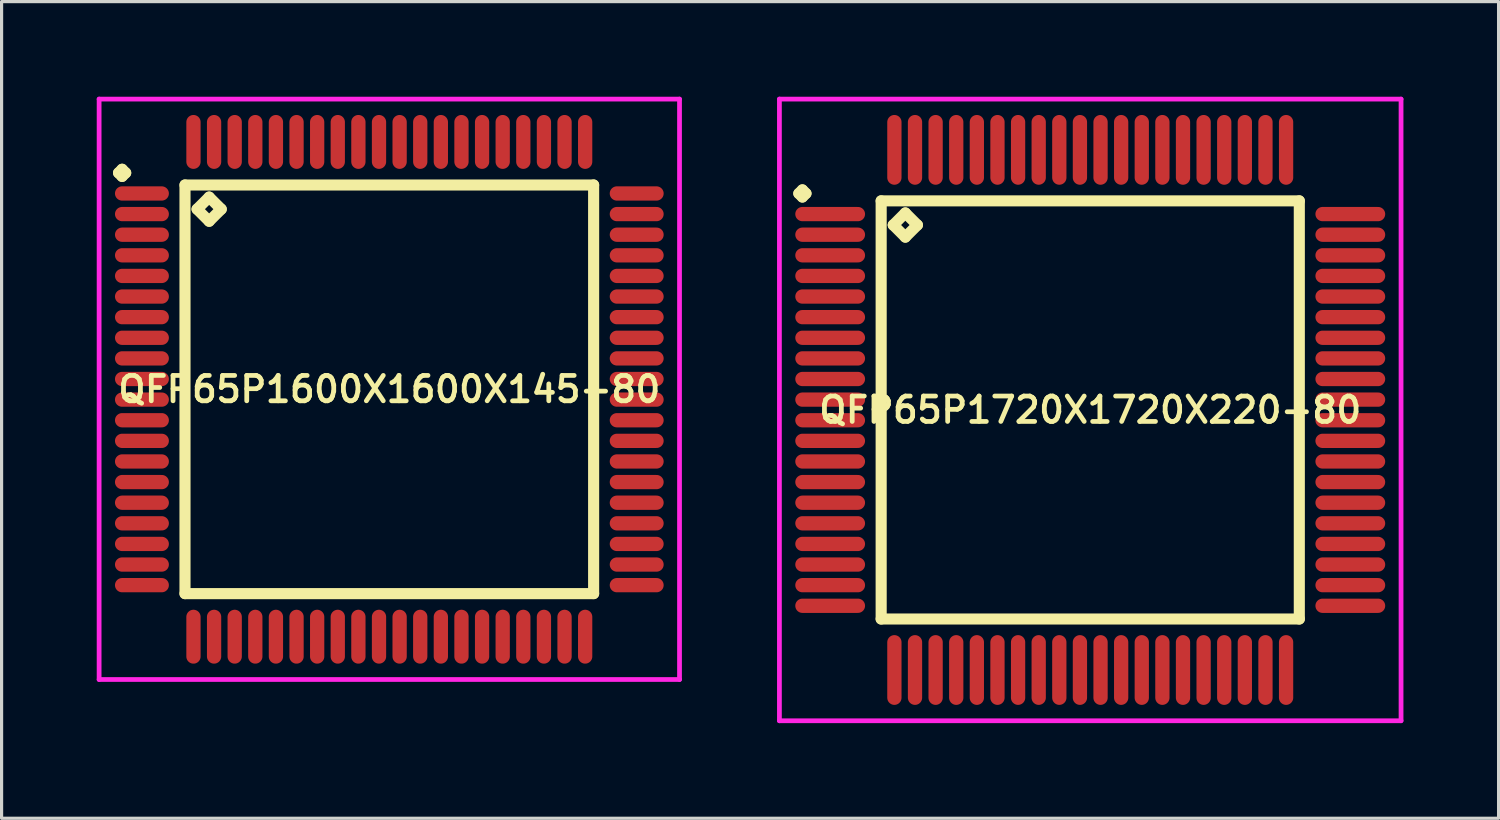
<source format=kicad_pcb>
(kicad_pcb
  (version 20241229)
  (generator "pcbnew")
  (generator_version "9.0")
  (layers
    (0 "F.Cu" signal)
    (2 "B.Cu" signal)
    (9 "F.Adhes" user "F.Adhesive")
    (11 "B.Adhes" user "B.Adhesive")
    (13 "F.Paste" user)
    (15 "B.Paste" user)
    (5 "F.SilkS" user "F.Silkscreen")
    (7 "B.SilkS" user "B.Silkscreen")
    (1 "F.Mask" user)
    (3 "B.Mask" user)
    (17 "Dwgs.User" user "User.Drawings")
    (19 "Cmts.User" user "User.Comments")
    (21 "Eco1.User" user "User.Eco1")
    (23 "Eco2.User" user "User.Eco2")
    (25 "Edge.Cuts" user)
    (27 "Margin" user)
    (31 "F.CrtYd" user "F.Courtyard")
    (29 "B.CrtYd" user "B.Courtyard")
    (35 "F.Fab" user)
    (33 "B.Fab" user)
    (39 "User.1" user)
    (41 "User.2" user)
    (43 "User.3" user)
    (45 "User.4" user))
  (footprint "QFP65P1720X1720X220-80"
    (layer "F.Cu")
    (at 31.325 9.875)
    (property "Reference" "QFP65P1720X1720X220-80" (at 0 0 0) (layer "F.SilkS") (effects (font (size 0.8 0.8) (thickness 0.15))))
    (attr smd)
    (fp_line (start -9.188 -6.825) (end -9.075 -6.938) (stroke (width 0.35) (type solid)) (layer "F.SilkS"))
    (fp_line (start -9.075 -6.938) (end -8.963 -6.825) (stroke (width 0.35) (type solid)) (layer "F.SilkS"))
    (fp_line (start -9.075 -6.713) (end -9.188 -6.825) (stroke (width 0.35) (type solid)) (layer "F.SilkS"))
    (fp_line (start -8.963 -6.825) (end -9.075 -6.713) (stroke (width 0.35) (type solid)) (layer "F.SilkS"))
    (fp_line (start -6.592 -6.592) (end -6.592 6.592) (stroke (width 0.35) (type solid)) (layer "F.SilkS"))
    (fp_line (start -6.592 6.592) (end 6.592 6.592) (stroke (width 0.35) (type solid)) (layer "F.SilkS"))
    (fp_line (start -6.211 -5.83) (end -5.83 -6.211) (stroke (width 0.35) (type solid)) (layer "F.SilkS"))
    (fp_line (start -5.83 -6.211) (end -5.449 -5.83) (stroke (width 0.35) (type solid)) (layer "F.SilkS"))
    (fp_line (start -5.83 -5.449) (end -6.211 -5.83) (stroke (width 0.35) (type solid)) (layer "F.SilkS"))
    (fp_line (start -5.449 -5.83) (end -5.83 -5.449) (stroke (width 0.35) (type solid)) (layer "F.SilkS"))
    (fp_line (start 6.592 -6.592) (end -6.592 -6.592) (stroke (width 0.35) (type solid)) (layer "F.SilkS"))
    (fp_line (start 6.592 6.592) (end 6.592 -6.592) (stroke (width 0.35) (type solid)) (layer "F.SilkS"))
    (fp_line (start -9.8 -9.8) (end 9.8 -9.8) (stroke (width 0.15) (type solid)) (layer "F.CrtYd"))
    (fp_line (start -9.8 9.8) (end -9.8 -9.8) (stroke (width 0.15) (type solid)) (layer "F.CrtYd"))
    (fp_line (start 9.8 -9.8) (end 9.8 9.8) (stroke (width 0.15) (type solid)) (layer "F.CrtYd"))
    (fp_line (start 9.8 9.8) (end -9.8 9.8) (stroke (width 0.15) (type solid)) (layer "F.CrtYd"))
    (pad "1" smd oval (at -8.2 -6.175) (size 2.2 0.45) (layers "F.Cu" "F.Mask" "F.Paste"))
    (pad "2" smd oval (at -8.2 -5.525) (size 2.2 0.45) (layers "F.Cu" "F.Mask" "F.Paste"))
    (pad "3" smd oval (at -8.2 -4.875) (size 2.2 0.45) (layers "F.Cu" "F.Mask" "F.Paste"))
    (pad "4" smd oval (at -8.2 -4.225) (size 2.2 0.45) (layers "F.Cu" "F.Mask" "F.Paste"))
    (pad "5" smd oval (at -8.2 -3.575) (size 2.2 0.45) (layers "F.Cu" "F.Mask" "F.Paste"))
    (pad "6" smd oval (at -8.2 -2.925) (size 2.2 0.45) (layers "F.Cu" "F.Mask" "F.Paste"))
    (pad "7" smd oval (at -8.2 -2.275) (size 2.2 0.45) (layers "F.Cu" "F.Mask" "F.Paste"))
    (pad "8" smd oval (at -8.2 -1.625) (size 2.2 0.45) (layers "F.Cu" "F.Mask" "F.Paste"))
    (pad "9" smd oval (at -8.2 -0.975) (size 2.2 0.45) (layers "F.Cu" "F.Mask" "F.Paste"))
    (pad "10" smd oval (at -8.2 -0.325) (size 2.2 0.45) (layers "F.Cu" "F.Mask" "F.Paste"))
    (pad "11" smd oval (at -8.2 0.325) (size 2.2 0.45) (layers "F.Cu" "F.Mask" "F.Paste"))
    (pad "12" smd oval (at -8.2 0.975) (size 2.2 0.45) (layers "F.Cu" "F.Mask" "F.Paste"))
    (pad "13" smd oval (at -8.2 1.625) (size 2.2 0.45) (layers "F.Cu" "F.Mask" "F.Paste"))
    (pad "14" smd oval (at -8.2 2.275) (size 2.2 0.45) (layers "F.Cu" "F.Mask" "F.Paste"))
    (pad "15" smd oval (at -8.2 2.925) (size 2.2 0.45) (layers "F.Cu" "F.Mask" "F.Paste"))
    (pad "16" smd oval (at -8.2 3.575) (size 2.2 0.45) (layers "F.Cu" "F.Mask" "F.Paste"))
    (pad "17" smd oval (at -8.2 4.225) (size 2.2 0.45) (layers "F.Cu" "F.Mask" "F.Paste"))
    (pad "18" smd oval (at -8.2 4.875) (size 2.2 0.45) (layers "F.Cu" "F.Mask" "F.Paste"))
    (pad "19" smd oval (at -8.2 5.525) (size 2.2 0.45) (layers "F.Cu" "F.Mask" "F.Paste"))
    (pad "20" smd oval (at -8.2 6.175) (size 2.2 0.45) (layers "F.Cu" "F.Mask" "F.Paste"))
    (pad "21" smd oval (at -6.175 8.2) (size 0.45 2.2) (layers "F.Cu" "F.Mask" "F.Paste"))
    (pad "22" smd oval (at -5.525 8.2) (size 0.45 2.2) (layers "F.Cu" "F.Mask" "F.Paste"))
    (pad "23" smd oval (at -4.875 8.2) (size 0.45 2.2) (layers "F.Cu" "F.Mask" "F.Paste"))
    (pad "24" smd oval (at -4.225 8.2) (size 0.45 2.2) (layers "F.Cu" "F.Mask" "F.Paste"))
    (pad "25" smd oval (at -3.575 8.2) (size 0.45 2.2) (layers "F.Cu" "F.Mask" "F.Paste"))
    (pad "26" smd oval (at -2.925 8.2) (size 0.45 2.2) (layers "F.Cu" "F.Mask" "F.Paste"))
    (pad "27" smd oval (at -2.275 8.2) (size 0.45 2.2) (layers "F.Cu" "F.Mask" "F.Paste"))
    (pad "28" smd oval (at -1.625 8.2) (size 0.45 2.2) (layers "F.Cu" "F.Mask" "F.Paste"))
    (pad "29" smd oval (at -0.975 8.2) (size 0.45 2.2) (layers "F.Cu" "F.Mask" "F.Paste"))
    (pad "30" smd oval (at -0.325 8.2) (size 0.45 2.2) (layers "F.Cu" "F.Mask" "F.Paste"))
    (pad "31" smd oval (at 0.325 8.2) (size 0.45 2.2) (layers "F.Cu" "F.Mask" "F.Paste"))
    (pad "32" smd oval (at 0.975 8.2) (size 0.45 2.2) (layers "F.Cu" "F.Mask" "F.Paste"))
    (pad "33" smd oval (at 1.625 8.2) (size 0.45 2.2) (layers "F.Cu" "F.Mask" "F.Paste"))
    (pad "34" smd oval (at 2.275 8.2) (size 0.45 2.2) (layers "F.Cu" "F.Mask" "F.Paste"))
    (pad "35" smd oval (at 2.925 8.2) (size 0.45 2.2) (layers "F.Cu" "F.Mask" "F.Paste"))
    (pad "36" smd oval (at 3.575 8.2) (size 0.45 2.2) (layers "F.Cu" "F.Mask" "F.Paste"))
    (pad "37" smd oval (at 4.225 8.2) (size 0.45 2.2) (layers "F.Cu" "F.Mask" "F.Paste"))
    (pad "38" smd oval (at 4.875 8.2) (size 0.45 2.2) (layers "F.Cu" "F.Mask" "F.Paste"))
    (pad "39" smd oval (at 5.525 8.2) (size 0.45 2.2) (layers "F.Cu" "F.Mask" "F.Paste"))
    (pad "40" smd oval (at 6.175 8.2) (size 0.45 2.2) (layers "F.Cu" "F.Mask" "F.Paste"))
    (pad "41" smd oval (at 8.2 6.175) (size 2.2 0.45) (layers "F.Cu" "F.Mask" "F.Paste"))
    (pad "42" smd oval (at 8.2 5.525) (size 2.2 0.45) (layers "F.Cu" "F.Mask" "F.Paste"))
    (pad "43" smd oval (at 8.2 4.875) (size 2.2 0.45) (layers "F.Cu" "F.Mask" "F.Paste"))
    (pad "44" smd oval (at 8.2 4.225) (size 2.2 0.45) (layers "F.Cu" "F.Mask" "F.Paste"))
    (pad "45" smd oval (at 8.2 3.575) (size 2.2 0.45) (layers "F.Cu" "F.Mask" "F.Paste"))
    (pad "46" smd oval (at 8.2 2.925) (size 2.2 0.45) (layers "F.Cu" "F.Mask" "F.Paste"))
    (pad "47" smd oval (at 8.2 2.275) (size 2.2 0.45) (layers "F.Cu" "F.Mask" "F.Paste"))
    (pad "48" smd oval (at 8.2 1.625) (size 2.2 0.45) (layers "F.Cu" "F.Mask" "F.Paste"))
    (pad "49" smd oval (at 8.2 0.975) (size 2.2 0.45) (layers "F.Cu" "F.Mask" "F.Paste"))
    (pad "50" smd oval (at 8.2 0.325) (size 2.2 0.45) (layers "F.Cu" "F.Mask" "F.Paste"))
    (pad "51" smd oval (at 8.2 -0.325) (size 2.2 0.45) (layers "F.Cu" "F.Mask" "F.Paste"))
    (pad "52" smd oval (at 8.2 -0.975) (size 2.2 0.45) (layers "F.Cu" "F.Mask" "F.Paste"))
    (pad "53" smd oval (at 8.2 -1.625) (size 2.2 0.45) (layers "F.Cu" "F.Mask" "F.Paste"))
    (pad "54" smd oval (at 8.2 -2.275) (size 2.2 0.45) (layers "F.Cu" "F.Mask" "F.Paste"))
    (pad "55" smd oval (at 8.2 -2.925) (size 2.2 0.45) (layers "F.Cu" "F.Mask" "F.Paste"))
    (pad "56" smd oval (at 8.2 -3.575) (size 2.2 0.45) (layers "F.Cu" "F.Mask" "F.Paste"))
    (pad "57" smd oval (at 8.2 -4.225) (size 2.2 0.45) (layers "F.Cu" "F.Mask" "F.Paste"))
    (pad "58" smd oval (at 8.2 -4.875) (size 2.2 0.45) (layers "F.Cu" "F.Mask" "F.Paste"))
    (pad "59" smd oval (at 8.2 -5.525) (size 2.2 0.45) (layers "F.Cu" "F.Mask" "F.Paste"))
    (pad "60" smd oval (at 8.2 -6.175) (size 2.2 0.45) (layers "F.Cu" "F.Mask" "F.Paste"))
    (pad "61" smd oval (at 6.175 -8.2) (size 0.45 2.2) (layers "F.Cu" "F.Mask" "F.Paste"))
    (pad "62" smd oval (at 5.525 -8.2) (size 0.45 2.2) (layers "F.Cu" "F.Mask" "F.Paste"))
    (pad "63" smd oval (at 4.875 -8.2) (size 0.45 2.2) (layers "F.Cu" "F.Mask" "F.Paste"))
    (pad "64" smd oval (at 4.225 -8.2) (size 0.45 2.2) (layers "F.Cu" "F.Mask" "F.Paste"))
    (pad "65" smd oval (at 3.575 -8.2) (size 0.45 2.2) (layers "F.Cu" "F.Mask" "F.Paste"))
    (pad "66" smd oval (at 2.925 -8.2) (size 0.45 2.2) (layers "F.Cu" "F.Mask" "F.Paste"))
    (pad "67" smd oval (at 2.275 -8.2) (size 0.45 2.2) (layers "F.Cu" "F.Mask" "F.Paste"))
    (pad "68" smd oval (at 1.625 -8.2) (size 0.45 2.2) (layers "F.Cu" "F.Mask" "F.Paste"))
    (pad "69" smd oval (at 0.975 -8.2) (size 0.45 2.2) (layers "F.Cu" "F.Mask" "F.Paste"))
    (pad "70" smd oval (at 0.325 -8.2) (size 0.45 2.2) (layers "F.Cu" "F.Mask" "F.Paste"))
    (pad "71" smd oval (at -0.325 -8.2) (size 0.45 2.2) (layers "F.Cu" "F.Mask" "F.Paste"))
    (pad "72" smd oval (at -0.975 -8.2) (size 0.45 2.2) (layers "F.Cu" "F.Mask" "F.Paste"))
    (pad "73" smd oval (at -1.625 -8.2) (size 0.45 2.2) (layers "F.Cu" "F.Mask" "F.Paste"))
    (pad "74" smd oval (at -2.275 -8.2) (size 0.45 2.2) (layers "F.Cu" "F.Mask" "F.Paste"))
    (pad "75" smd oval (at -2.925 -8.2) (size 0.45 2.2) (layers "F.Cu" "F.Mask" "F.Paste"))
    (pad "76" smd oval (at -3.575 -8.2) (size 0.45 2.2) (layers "F.Cu" "F.Mask" "F.Paste"))
    (pad "77" smd oval (at -4.225 -8.2) (size 0.45 2.2) (layers "F.Cu" "F.Mask" "F.Paste"))
    (pad "78" smd oval (at -4.875 -8.2) (size 0.45 2.2) (layers "F.Cu" "F.Mask" "F.Paste"))
    (pad "79" smd oval (at -5.525 -8.2) (size 0.45 2.2) (layers "F.Cu" "F.Mask" "F.Paste"))
    (pad "80" smd oval (at -6.175 -8.2) (size 0.45 2.2) (layers "F.Cu" "F.Mask" "F.Paste")))
  (footprint "QFP65P1600X1600X145-80"
    (layer "F.Cu")
    (at 9.225 9.225)
    (property "Reference" "QFP65P1600X1600X145-80" (at 0 0 0) (layer "F.SilkS") (effects (font (size 0.8 0.8) (thickness 0.15))))
    (attr smd)
    (fp_line (start -8.537 -6.825) (end -8.425 -6.938) (stroke (width 0.35) (type solid)) (layer "F.SilkS"))
    (fp_line (start -8.425 -6.938) (end -8.312 -6.825) (stroke (width 0.35) (type solid)) (layer "F.SilkS"))
    (fp_line (start -8.425 -6.713) (end -8.537 -6.825) (stroke (width 0.35) (type solid)) (layer "F.SilkS"))
    (fp_line (start -8.312 -6.825) (end -8.425 -6.713) (stroke (width 0.35) (type solid)) (layer "F.SilkS"))
    (fp_line (start -6.442 -6.442) (end -6.442 6.442) (stroke (width 0.35) (type solid)) (layer "F.SilkS"))
    (fp_line (start -6.442 6.442) (end 6.442 6.442) (stroke (width 0.35) (type solid)) (layer "F.SilkS"))
    (fp_line (start -6.061 -5.68) (end -5.68 -6.061) (stroke (width 0.35) (type solid)) (layer "F.SilkS"))
    (fp_line (start -5.68 -6.061) (end -5.299 -5.68) (stroke (width 0.35) (type solid)) (layer "F.SilkS"))
    (fp_line (start -5.68 -5.299) (end -6.061 -5.68) (stroke (width 0.35) (type solid)) (layer "F.SilkS"))
    (fp_line (start -5.299 -5.68) (end -5.68 -5.299) (stroke (width 0.35) (type solid)) (layer "F.SilkS"))
    (fp_line (start 6.442 -6.442) (end -6.442 -6.442) (stroke (width 0.35) (type solid)) (layer "F.SilkS"))
    (fp_line (start 6.442 6.442) (end 6.442 -6.442) (stroke (width 0.35) (type solid)) (layer "F.SilkS"))
    (fp_line (start -9.15 -9.15) (end 9.15 -9.15) (stroke (width 0.15) (type solid)) (layer "F.CrtYd"))
    (fp_line (start -9.15 9.15) (end -9.15 -9.15) (stroke (width 0.15) (type solid)) (layer "F.CrtYd"))
    (fp_line (start 9.15 -9.15) (end 9.15 9.15) (stroke (width 0.15) (type solid)) (layer "F.CrtYd"))
    (fp_line (start 9.15 9.15) (end -9.15 9.15) (stroke (width 0.15) (type solid)) (layer "F.CrtYd"))
    (pad "1" smd oval (at -7.8 -6.175) (size 1.7 0.45) (layers "F.Cu" "F.Mask" "F.Paste"))
    (pad "2" smd oval (at -7.8 -5.525) (size 1.7 0.45) (layers "F.Cu" "F.Mask" "F.Paste"))
    (pad "3" smd oval (at -7.8 -4.875) (size 1.7 0.45) (layers "F.Cu" "F.Mask" "F.Paste"))
    (pad "4" smd oval (at -7.8 -4.225) (size 1.7 0.45) (layers "F.Cu" "F.Mask" "F.Paste"))
    (pad "5" smd oval (at -7.8 -3.575) (size 1.7 0.45) (layers "F.Cu" "F.Mask" "F.Paste"))
    (pad "6" smd oval (at -7.8 -2.925) (size 1.7 0.45) (layers "F.Cu" "F.Mask" "F.Paste"))
    (pad "7" smd oval (at -7.8 -2.275) (size 1.7 0.45) (layers "F.Cu" "F.Mask" "F.Paste"))
    (pad "8" smd oval (at -7.8 -1.625) (size 1.7 0.45) (layers "F.Cu" "F.Mask" "F.Paste"))
    (pad "9" smd oval (at -7.8 -0.975) (size 1.7 0.45) (layers "F.Cu" "F.Mask" "F.Paste"))
    (pad "10" smd oval (at -7.8 -0.325) (size 1.7 0.45) (layers "F.Cu" "F.Mask" "F.Paste"))
    (pad "11" smd oval (at -7.8 0.325) (size 1.7 0.45) (layers "F.Cu" "F.Mask" "F.Paste"))
    (pad "12" smd oval (at -7.8 0.975) (size 1.7 0.45) (layers "F.Cu" "F.Mask" "F.Paste"))
    (pad "13" smd oval (at -7.8 1.625) (size 1.7 0.45) (layers "F.Cu" "F.Mask" "F.Paste"))
    (pad "14" smd oval (at -7.8 2.275) (size 1.7 0.45) (layers "F.Cu" "F.Mask" "F.Paste"))
    (pad "15" smd oval (at -7.8 2.925) (size 1.7 0.45) (layers "F.Cu" "F.Mask" "F.Paste"))
    (pad "16" smd oval (at -7.8 3.575) (size 1.7 0.45) (layers "F.Cu" "F.Mask" "F.Paste"))
    (pad "17" smd oval (at -7.8 4.225) (size 1.7 0.45) (layers "F.Cu" "F.Mask" "F.Paste"))
    (pad "18" smd oval (at -7.8 4.875) (size 1.7 0.45) (layers "F.Cu" "F.Mask" "F.Paste"))
    (pad "19" smd oval (at -7.8 5.525) (size 1.7 0.45) (layers "F.Cu" "F.Mask" "F.Paste"))
    (pad "20" smd oval (at -7.8 6.175) (size 1.7 0.45) (layers "F.Cu" "F.Mask" "F.Paste"))
    (pad "21" smd oval (at -6.175 7.8) (size 0.45 1.7) (layers "F.Cu" "F.Mask" "F.Paste"))
    (pad "22" smd oval (at -5.525 7.8) (size 0.45 1.7) (layers "F.Cu" "F.Mask" "F.Paste"))
    (pad "23" smd oval (at -4.875 7.8) (size 0.45 1.7) (layers "F.Cu" "F.Mask" "F.Paste"))
    (pad "24" smd oval (at -4.225 7.8) (size 0.45 1.7) (layers "F.Cu" "F.Mask" "F.Paste"))
    (pad "25" smd oval (at -3.575 7.8) (size 0.45 1.7) (layers "F.Cu" "F.Mask" "F.Paste"))
    (pad "26" smd oval (at -2.925 7.8) (size 0.45 1.7) (layers "F.Cu" "F.Mask" "F.Paste"))
    (pad "27" smd oval (at -2.275 7.8) (size 0.45 1.7) (layers "F.Cu" "F.Mask" "F.Paste"))
    (pad "28" smd oval (at -1.625 7.8) (size 0.45 1.7) (layers "F.Cu" "F.Mask" "F.Paste"))
    (pad "29" smd oval (at -0.975 7.8) (size 0.45 1.7) (layers "F.Cu" "F.Mask" "F.Paste"))
    (pad "30" smd oval (at -0.325 7.8) (size 0.45 1.7) (layers "F.Cu" "F.Mask" "F.Paste"))
    (pad "31" smd oval (at 0.325 7.8) (size 0.45 1.7) (layers "F.Cu" "F.Mask" "F.Paste"))
    (pad "32" smd oval (at 0.975 7.8) (size 0.45 1.7) (layers "F.Cu" "F.Mask" "F.Paste"))
    (pad "33" smd oval (at 1.625 7.8) (size 0.45 1.7) (layers "F.Cu" "F.Mask" "F.Paste"))
    (pad "34" smd oval (at 2.275 7.8) (size 0.45 1.7) (layers "F.Cu" "F.Mask" "F.Paste"))
    (pad "35" smd oval (at 2.925 7.8) (size 0.45 1.7) (layers "F.Cu" "F.Mask" "F.Paste"))
    (pad "36" smd oval (at 3.575 7.8) (size 0.45 1.7) (layers "F.Cu" "F.Mask" "F.Paste"))
    (pad "37" smd oval (at 4.225 7.8) (size 0.45 1.7) (layers "F.Cu" "F.Mask" "F.Paste"))
    (pad "38" smd oval (at 4.875 7.8) (size 0.45 1.7) (layers "F.Cu" "F.Mask" "F.Paste"))
    (pad "39" smd oval (at 5.525 7.8) (size 0.45 1.7) (layers "F.Cu" "F.Mask" "F.Paste"))
    (pad "40" smd oval (at 6.175 7.8) (size 0.45 1.7) (layers "F.Cu" "F.Mask" "F.Paste"))
    (pad "41" smd oval (at 7.8 6.175) (size 1.7 0.45) (layers "F.Cu" "F.Mask" "F.Paste"))
    (pad "42" smd oval (at 7.8 5.525) (size 1.7 0.45) (layers "F.Cu" "F.Mask" "F.Paste"))
    (pad "43" smd oval (at 7.8 4.875) (size 1.7 0.45) (layers "F.Cu" "F.Mask" "F.Paste"))
    (pad "44" smd oval (at 7.8 4.225) (size 1.7 0.45) (layers "F.Cu" "F.Mask" "F.Paste"))
    (pad "45" smd oval (at 7.8 3.575) (size 1.7 0.45) (layers "F.Cu" "F.Mask" "F.Paste"))
    (pad "46" smd oval (at 7.8 2.925) (size 1.7 0.45) (layers "F.Cu" "F.Mask" "F.Paste"))
    (pad "47" smd oval (at 7.8 2.275) (size 1.7 0.45) (layers "F.Cu" "F.Mask" "F.Paste"))
    (pad "48" smd oval (at 7.8 1.625) (size 1.7 0.45) (layers "F.Cu" "F.Mask" "F.Paste"))
    (pad "49" smd oval (at 7.8 0.975) (size 1.7 0.45) (layers "F.Cu" "F.Mask" "F.Paste"))
    (pad "50" smd oval (at 7.8 0.325) (size 1.7 0.45) (layers "F.Cu" "F.Mask" "F.Paste"))
    (pad "51" smd oval (at 7.8 -0.325) (size 1.7 0.45) (layers "F.Cu" "F.Mask" "F.Paste"))
    (pad "52" smd oval (at 7.8 -0.975) (size 1.7 0.45) (layers "F.Cu" "F.Mask" "F.Paste"))
    (pad "53" smd oval (at 7.8 -1.625) (size 1.7 0.45) (layers "F.Cu" "F.Mask" "F.Paste"))
    (pad "54" smd oval (at 7.8 -2.275) (size 1.7 0.45) (layers "F.Cu" "F.Mask" "F.Paste"))
    (pad "55" smd oval (at 7.8 -2.925) (size 1.7 0.45) (layers "F.Cu" "F.Mask" "F.Paste"))
    (pad "56" smd oval (at 7.8 -3.575) (size 1.7 0.45) (layers "F.Cu" "F.Mask" "F.Paste"))
    (pad "57" smd oval (at 7.8 -4.225) (size 1.7 0.45) (layers "F.Cu" "F.Mask" "F.Paste"))
    (pad "58" smd oval (at 7.8 -4.875) (size 1.7 0.45) (layers "F.Cu" "F.Mask" "F.Paste"))
    (pad "59" smd oval (at 7.8 -5.525) (size 1.7 0.45) (layers "F.Cu" "F.Mask" "F.Paste"))
    (pad "60" smd oval (at 7.8 -6.175) (size 1.7 0.45) (layers "F.Cu" "F.Mask" "F.Paste"))
    (pad "61" smd oval (at 6.175 -7.8) (size 0.45 1.7) (layers "F.Cu" "F.Mask" "F.Paste"))
    (pad "62" smd oval (at 5.525 -7.8) (size 0.45 1.7) (layers "F.Cu" "F.Mask" "F.Paste"))
    (pad "63" smd oval (at 4.875 -7.8) (size 0.45 1.7) (layers "F.Cu" "F.Mask" "F.Paste"))
    (pad "64" smd oval (at 4.225 -7.8) (size 0.45 1.7) (layers "F.Cu" "F.Mask" "F.Paste"))
    (pad "65" smd oval (at 3.575 -7.8) (size 0.45 1.7) (layers "F.Cu" "F.Mask" "F.Paste"))
    (pad "66" smd oval (at 2.925 -7.8) (size 0.45 1.7) (layers "F.Cu" "F.Mask" "F.Paste"))
    (pad "67" smd oval (at 2.275 -7.8) (size 0.45 1.7) (layers "F.Cu" "F.Mask" "F.Paste"))
    (pad "68" smd oval (at 1.625 -7.8) (size 0.45 1.7) (layers "F.Cu" "F.Mask" "F.Paste"))
    (pad "69" smd oval (at 0.975 -7.8) (size 0.45 1.7) (layers "F.Cu" "F.Mask" "F.Paste"))
    (pad "70" smd oval (at 0.325 -7.8) (size 0.45 1.7) (layers "F.Cu" "F.Mask" "F.Paste"))
    (pad "71" smd oval (at -0.325 -7.8) (size 0.45 1.7) (layers "F.Cu" "F.Mask" "F.Paste"))
    (pad "72" smd oval (at -0.975 -7.8) (size 0.45 1.7) (layers "F.Cu" "F.Mask" "F.Paste"))
    (pad "73" smd oval (at -1.625 -7.8) (size 0.45 1.7) (layers "F.Cu" "F.Mask" "F.Paste"))
    (pad "74" smd oval (at -2.275 -7.8) (size 0.45 1.7) (layers "F.Cu" "F.Mask" "F.Paste"))
    (pad "75" smd oval (at -2.925 -7.8) (size 0.45 1.7) (layers "F.Cu" "F.Mask" "F.Paste"))
    (pad "76" smd oval (at -3.575 -7.8) (size 0.45 1.7) (layers "F.Cu" "F.Mask" "F.Paste"))
    (pad "77" smd oval (at -4.225 -7.8) (size 0.45 1.7) (layers "F.Cu" "F.Mask" "F.Paste"))
    (pad "78" smd oval (at -4.875 -7.8) (size 0.45 1.7) (layers "F.Cu" "F.Mask" "F.Paste"))
    (pad "79" smd oval (at -5.525 -7.8) (size 0.45 1.7) (layers "F.Cu" "F.Mask" "F.Paste"))
    (pad "80" smd oval (at -6.175 -7.8) (size 0.45 1.7) (layers "F.Cu" "F.Mask" "F.Paste")))
  (gr_rect
    (start -3 -3)
    (end 44.2 22.75)
    (stroke (width 0.1) (type default))
    (fill no)
    (layer "Edge.Cuts")))
</source>
